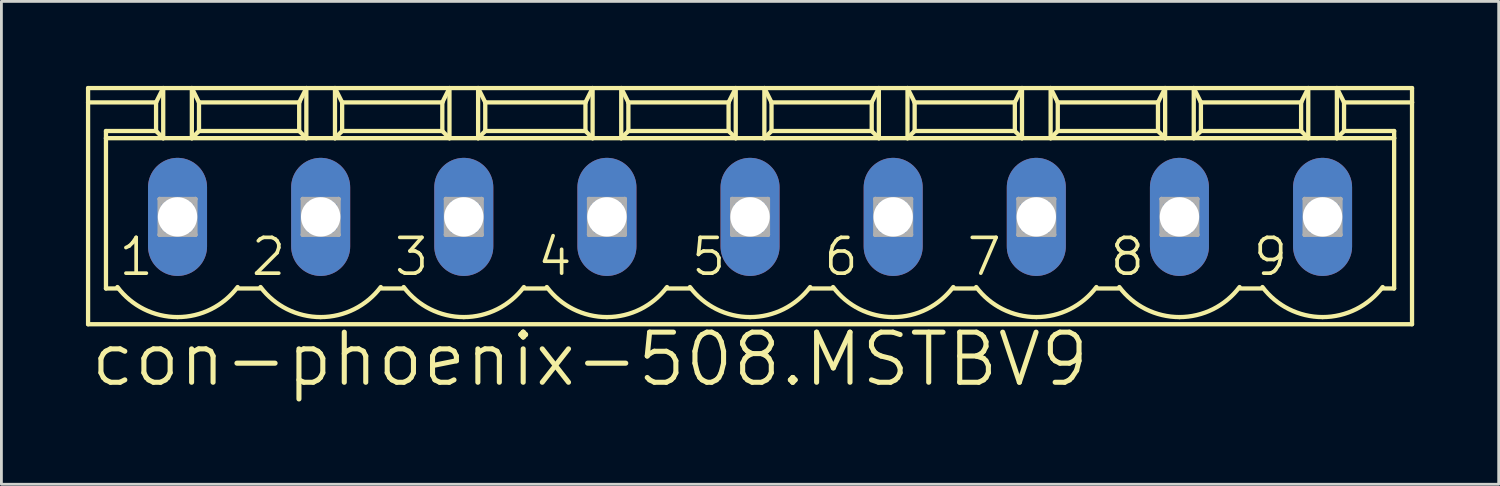
<source format=kicad_pcb>
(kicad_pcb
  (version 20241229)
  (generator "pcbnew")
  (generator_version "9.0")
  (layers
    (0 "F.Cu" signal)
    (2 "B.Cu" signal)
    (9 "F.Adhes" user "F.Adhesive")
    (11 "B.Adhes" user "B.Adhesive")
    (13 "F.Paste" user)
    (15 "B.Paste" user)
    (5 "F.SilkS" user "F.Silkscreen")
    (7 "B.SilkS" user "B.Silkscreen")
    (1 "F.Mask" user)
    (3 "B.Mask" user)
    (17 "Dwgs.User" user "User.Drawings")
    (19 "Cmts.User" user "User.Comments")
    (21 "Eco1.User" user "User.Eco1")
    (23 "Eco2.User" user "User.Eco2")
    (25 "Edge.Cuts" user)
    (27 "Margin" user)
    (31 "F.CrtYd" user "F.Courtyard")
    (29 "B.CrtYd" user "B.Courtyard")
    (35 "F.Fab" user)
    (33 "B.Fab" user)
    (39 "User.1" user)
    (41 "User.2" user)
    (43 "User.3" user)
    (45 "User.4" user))
  (footprint "con-phoenix-508.MSTBV9"
    (layer "F.Cu")
    (at 23.571 4.648)
    (property "Reference" "con-phoenix-508.MSTBV9" (at -23.495 6.096 0) (layer "F.SilkS") (effects (font (size 1.778 1.778) (thickness 0.18)) (justify left bottom)))
    (attr through_hole)
    (fp_line (start -23.495 -4.572) (end -23.495 -4.064) (stroke (width 0.152) (type default)) (layer "F.SilkS"))
    (fp_line (start -23.495 -4.572) (end -20.828 -4.572) (stroke (width 0.152) (type default)) (layer "F.SilkS"))
    (fp_line (start -23.495 -4.064) (end -23.495 3.81) (stroke (width 0.152) (type default)) (layer "F.SilkS"))
    (fp_line (start -23.495 -4.064) (end -21.082 -4.064) (stroke (width 0.152) (type default)) (layer "F.SilkS"))
    (fp_line (start -23.495 3.81) (end 23.495 3.81) (stroke (width 0.152) (type default)) (layer "F.SilkS"))
    (fp_line (start -22.86 -2.794) (end -22.86 -3.048) (stroke (width 0.152) (type default)) (layer "F.SilkS"))
    (fp_line (start -22.86 -2.794) (end -20.828 -2.794) (stroke (width 0.152) (type default)) (layer "F.SilkS"))
    (fp_line (start -22.86 2.54) (end -22.86 -2.794) (stroke (width 0.152) (type default)) (layer "F.SilkS"))
    (fp_line (start -22.86 2.54) (end -22.428 2.54) (stroke (width 0.152) (type default)) (layer "F.SilkS"))
    (fp_line (start -21.082 -4.064) (end -21.082 -3.048) (stroke (width 0.152) (type default)) (layer "F.SilkS"))
    (fp_line (start -21.082 -4.064) (end -20.828 -4.572) (stroke (width 0.152) (type default)) (layer "F.SilkS"))
    (fp_line (start -21.082 -3.048) (end -22.86 -3.048) (stroke (width 0.152) (type default)) (layer "F.SilkS"))
    (fp_line (start -21.082 -3.048) (end -20.828 -2.794) (stroke (width 0.152) (type default)) (layer "F.SilkS"))
    (fp_line (start -20.828 -4.572) (end -19.812 -4.572) (stroke (width 0.152) (type default)) (layer "F.SilkS"))
    (fp_line (start -20.828 -2.794) (end -20.828 -4.572) (stroke (width 0.152) (type default)) (layer "F.SilkS"))
    (fp_line (start -20.828 -2.794) (end -19.812 -2.794) (stroke (width 0.152) (type default)) (layer "F.SilkS"))
    (fp_line (start -19.812 -4.572) (end -19.558 -4.064) (stroke (width 0.152) (type default)) (layer "F.SilkS"))
    (fp_line (start -19.812 -4.572) (end -15.748 -4.572) (stroke (width 0.152) (type default)) (layer "F.SilkS"))
    (fp_line (start -19.812 -2.794) (end -19.812 -4.572) (stroke (width 0.152) (type default)) (layer "F.SilkS"))
    (fp_line (start -19.812 -2.794) (end -15.748 -2.794) (stroke (width 0.152) (type default)) (layer "F.SilkS"))
    (fp_line (start -19.558 -4.064) (end -19.558 -3.048) (stroke (width 0.152) (type default)) (layer "F.SilkS"))
    (fp_line (start -19.558 -4.064) (end -16.002 -4.064) (stroke (width 0.152) (type default)) (layer "F.SilkS"))
    (fp_line (start -19.558 -3.048) (end -19.812 -2.794) (stroke (width 0.152) (type default)) (layer "F.SilkS"))
    (fp_line (start -18.161 2.54) (end -17.399 2.54) (stroke (width 0.152) (type default)) (layer "F.SilkS"))
    (fp_line (start -16.002 -4.064) (end -16.002 -3.048) (stroke (width 0.152) (type default)) (layer "F.SilkS"))
    (fp_line (start -16.002 -4.064) (end -15.748 -4.572) (stroke (width 0.152) (type default)) (layer "F.SilkS"))
    (fp_line (start -16.002 -3.048) (end -19.558 -3.048) (stroke (width 0.152) (type default)) (layer "F.SilkS"))
    (fp_line (start -16.002 -3.048) (end -15.748 -2.794) (stroke (width 0.152) (type default)) (layer "F.SilkS"))
    (fp_line (start -15.748 -4.572) (end -14.732 -4.572) (stroke (width 0.152) (type default)) (layer "F.SilkS"))
    (fp_line (start -15.748 -2.794) (end -15.748 -4.572) (stroke (width 0.152) (type default)) (layer "F.SilkS"))
    (fp_line (start -15.748 -2.794) (end -14.732 -2.794) (stroke (width 0.152) (type default)) (layer "F.SilkS"))
    (fp_line (start -14.732 -4.572) (end -14.478 -4.064) (stroke (width 0.152) (type default)) (layer "F.SilkS"))
    (fp_line (start -14.732 -4.572) (end -10.668 -4.572) (stroke (width 0.152) (type default)) (layer "F.SilkS"))
    (fp_line (start -14.732 -2.794) (end -14.732 -4.572) (stroke (width 0.152) (type default)) (layer "F.SilkS"))
    (fp_line (start -14.732 -2.794) (end -10.668 -2.794) (stroke (width 0.152) (type default)) (layer "F.SilkS"))
    (fp_line (start -14.478 -4.064) (end -14.478 -3.048) (stroke (width 0.152) (type default)) (layer "F.SilkS"))
    (fp_line (start -14.478 -4.064) (end -10.922 -4.064) (stroke (width 0.152) (type default)) (layer "F.SilkS"))
    (fp_line (start -14.478 -3.048) (end -14.732 -2.794) (stroke (width 0.152) (type default)) (layer "F.SilkS"))
    (fp_line (start -13.081 2.54) (end -12.319 2.54) (stroke (width 0.152) (type default)) (layer "F.SilkS"))
    (fp_line (start -10.922 -4.064) (end -10.922 -3.048) (stroke (width 0.152) (type default)) (layer "F.SilkS"))
    (fp_line (start -10.922 -4.064) (end -10.668 -4.572) (stroke (width 0.152) (type default)) (layer "F.SilkS"))
    (fp_line (start -10.922 -3.048) (end -14.478 -3.048) (stroke (width 0.152) (type default)) (layer "F.SilkS"))
    (fp_line (start -10.922 -3.048) (end -10.668 -2.794) (stroke (width 0.152) (type default)) (layer "F.SilkS"))
    (fp_line (start -10.668 -4.572) (end -9.652 -4.572) (stroke (width 0.152) (type default)) (layer "F.SilkS"))
    (fp_line (start -10.668 -2.794) (end -10.668 -4.572) (stroke (width 0.152) (type default)) (layer "F.SilkS"))
    (fp_line (start -10.668 -2.794) (end -9.652 -2.794) (stroke (width 0.152) (type default)) (layer "F.SilkS"))
    (fp_line (start -9.652 -4.572) (end -9.398 -4.064) (stroke (width 0.152) (type default)) (layer "F.SilkS"))
    (fp_line (start -9.652 -4.572) (end -5.588 -4.572) (stroke (width 0.152) (type default)) (layer "F.SilkS"))
    (fp_line (start -9.652 -2.794) (end -9.652 -4.572) (stroke (width 0.152) (type default)) (layer "F.SilkS"))
    (fp_line (start -9.652 -2.794) (end -5.588 -2.794) (stroke (width 0.152) (type default)) (layer "F.SilkS"))
    (fp_line (start -9.398 -4.064) (end -9.398 -3.048) (stroke (width 0.152) (type default)) (layer "F.SilkS"))
    (fp_line (start -9.398 -4.064) (end -5.842 -4.064) (stroke (width 0.152) (type default)) (layer "F.SilkS"))
    (fp_line (start -9.398 -3.048) (end -9.652 -2.794) (stroke (width 0.152) (type default)) (layer "F.SilkS"))
    (fp_line (start -9.398 -3.048) (end -5.842 -3.048) (stroke (width 0.152) (type default)) (layer "F.SilkS"))
    (fp_line (start -8.001 2.54) (end -7.239 2.54) (stroke (width 0.152) (type default)) (layer "F.SilkS"))
    (fp_line (start -5.842 -4.064) (end -5.842 -3.048) (stroke (width 0.152) (type default)) (layer "F.SilkS"))
    (fp_line (start -5.842 -4.064) (end -5.588 -4.572) (stroke (width 0.152) (type default)) (layer "F.SilkS"))
    (fp_line (start -5.842 -3.048) (end -5.588 -2.794) (stroke (width 0.152) (type default)) (layer "F.SilkS"))
    (fp_line (start -5.588 -4.572) (end -4.572 -4.572) (stroke (width 0.152) (type default)) (layer "F.SilkS"))
    (fp_line (start -5.588 -2.794) (end -5.588 -4.572) (stroke (width 0.152) (type default)) (layer "F.SilkS"))
    (fp_line (start -5.588 -2.794) (end -4.572 -2.794) (stroke (width 0.152) (type default)) (layer "F.SilkS"))
    (fp_line (start -4.572 -4.572) (end -4.318 -4.064) (stroke (width 0.152) (type default)) (layer "F.SilkS"))
    (fp_line (start -4.572 -4.572) (end -0.508 -4.572) (stroke (width 0.152) (type default)) (layer "F.SilkS"))
    (fp_line (start -4.572 -2.794) (end -4.572 -4.572) (stroke (width 0.152) (type default)) (layer "F.SilkS"))
    (fp_line (start -4.572 -2.794) (end -0.508 -2.794) (stroke (width 0.152) (type default)) (layer "F.SilkS"))
    (fp_line (start -4.318 -4.064) (end -4.318 -3.048) (stroke (width 0.152) (type default)) (layer "F.SilkS"))
    (fp_line (start -4.318 -4.064) (end -0.762 -4.064) (stroke (width 0.152) (type default)) (layer "F.SilkS"))
    (fp_line (start -4.318 -3.048) (end -4.572 -2.794) (stroke (width 0.152) (type default)) (layer "F.SilkS"))
    (fp_line (start -2.972 2.54) (end -2.108 2.54) (stroke (width 0.152) (type default)) (layer "F.SilkS"))
    (fp_line (start -0.762 -4.064) (end -0.762 -3.048) (stroke (width 0.152) (type default)) (layer "F.SilkS"))
    (fp_line (start -0.762 -4.064) (end -0.508 -4.572) (stroke (width 0.152) (type default)) (layer "F.SilkS"))
    (fp_line (start -0.762 -3.048) (end -4.318 -3.048) (stroke (width 0.152) (type default)) (layer "F.SilkS"))
    (fp_line (start -0.762 -3.048) (end -0.508 -2.794) (stroke (width 0.152) (type default)) (layer "F.SilkS"))
    (fp_line (start -0.508 -4.572) (end 0.508 -4.572) (stroke (width 0.152) (type default)) (layer "F.SilkS"))
    (fp_line (start -0.508 -2.794) (end -0.508 -4.572) (stroke (width 0.152) (type default)) (layer "F.SilkS"))
    (fp_line (start -0.508 -2.794) (end 0.508 -2.794) (stroke (width 0.152) (type default)) (layer "F.SilkS"))
    (fp_line (start 0.508 -4.572) (end 0.762 -4.064) (stroke (width 0.152) (type default)) (layer "F.SilkS"))
    (fp_line (start 0.508 -4.572) (end 4.572 -4.572) (stroke (width 0.152) (type default)) (layer "F.SilkS"))
    (fp_line (start 0.508 -2.794) (end 0.508 -4.572) (stroke (width 0.152) (type default)) (layer "F.SilkS"))
    (fp_line (start 0.508 -2.794) (end 4.572 -2.794) (stroke (width 0.152) (type default)) (layer "F.SilkS"))
    (fp_line (start 0.762 -4.064) (end 0.762 -3.048) (stroke (width 0.152) (type default)) (layer "F.SilkS"))
    (fp_line (start 0.762 -4.064) (end 4.318 -4.064) (stroke (width 0.152) (type default)) (layer "F.SilkS"))
    (fp_line (start 0.762 -3.048) (end 0.508 -2.794) (stroke (width 0.152) (type default)) (layer "F.SilkS"))
    (fp_line (start 2.159 2.54) (end 2.921 2.54) (stroke (width 0.152) (type default)) (layer "F.SilkS"))
    (fp_line (start 4.318 -4.064) (end 4.318 -3.048) (stroke (width 0.152) (type default)) (layer "F.SilkS"))
    (fp_line (start 4.318 -4.064) (end 4.572 -4.572) (stroke (width 0.152) (type default)) (layer "F.SilkS"))
    (fp_line (start 4.318 -3.048) (end 0.762 -3.048) (stroke (width 0.152) (type default)) (layer "F.SilkS"))
    (fp_line (start 4.318 -3.048) (end 4.572 -2.794) (stroke (width 0.152) (type default)) (layer "F.SilkS"))
    (fp_line (start 4.572 -4.572) (end 5.588 -4.572) (stroke (width 0.152) (type default)) (layer "F.SilkS"))
    (fp_line (start 4.572 -2.794) (end 4.572 -4.572) (stroke (width 0.152) (type default)) (layer "F.SilkS"))
    (fp_line (start 4.572 -2.794) (end 5.588 -2.794) (stroke (width 0.152) (type default)) (layer "F.SilkS"))
    (fp_line (start 5.588 -4.572) (end 5.842 -4.064) (stroke (width 0.152) (type default)) (layer "F.SilkS"))
    (fp_line (start 5.588 -4.572) (end 9.652 -4.572) (stroke (width 0.152) (type default)) (layer "F.SilkS"))
    (fp_line (start 5.588 -2.794) (end 5.588 -4.572) (stroke (width 0.152) (type default)) (layer "F.SilkS"))
    (fp_line (start 5.588 -2.794) (end 9.652 -2.794) (stroke (width 0.152) (type default)) (layer "F.SilkS"))
    (fp_line (start 5.842 -4.064) (end 5.842 -3.048) (stroke (width 0.152) (type default)) (layer "F.SilkS"))
    (fp_line (start 5.842 -4.064) (end 9.398 -4.064) (stroke (width 0.152) (type default)) (layer "F.SilkS"))
    (fp_line (start 5.842 -3.048) (end 5.588 -2.794) (stroke (width 0.152) (type default)) (layer "F.SilkS"))
    (fp_line (start 7.239 2.54) (end 8.001 2.54) (stroke (width 0.152) (type default)) (layer "F.SilkS"))
    (fp_line (start 9.398 -4.064) (end 9.398 -3.048) (stroke (width 0.152) (type default)) (layer "F.SilkS"))
    (fp_line (start 9.398 -4.064) (end 9.652 -4.572) (stroke (width 0.152) (type default)) (layer "F.SilkS"))
    (fp_line (start 9.398 -3.048) (end 5.842 -3.048) (stroke (width 0.152) (type default)) (layer "F.SilkS"))
    (fp_line (start 9.398 -3.048) (end 9.652 -2.794) (stroke (width 0.152) (type default)) (layer "F.SilkS"))
    (fp_line (start 9.652 -4.572) (end 10.668 -4.572) (stroke (width 0.152) (type default)) (layer "F.SilkS"))
    (fp_line (start 9.652 -2.794) (end 9.652 -4.572) (stroke (width 0.152) (type default)) (layer "F.SilkS"))
    (fp_line (start 9.652 -2.794) (end 10.668 -2.794) (stroke (width 0.152) (type default)) (layer "F.SilkS"))
    (fp_line (start 10.668 -4.572) (end 10.922 -4.064) (stroke (width 0.152) (type default)) (layer "F.SilkS"))
    (fp_line (start 10.668 -4.572) (end 14.732 -4.572) (stroke (width 0.152) (type default)) (layer "F.SilkS"))
    (fp_line (start 10.668 -2.794) (end 10.668 -4.572) (stroke (width 0.152) (type default)) (layer "F.SilkS"))
    (fp_line (start 10.668 -2.794) (end 14.732 -2.794) (stroke (width 0.152) (type default)) (layer "F.SilkS"))
    (fp_line (start 10.922 -4.064) (end 10.922 -3.048) (stroke (width 0.152) (type default)) (layer "F.SilkS"))
    (fp_line (start 10.922 -4.064) (end 14.478 -4.064) (stroke (width 0.152) (type default)) (layer "F.SilkS"))
    (fp_line (start 10.922 -3.048) (end 10.668 -2.794) (stroke (width 0.152) (type default)) (layer "F.SilkS"))
    (fp_line (start 10.922 -3.048) (end 14.478 -3.048) (stroke (width 0.152) (type default)) (layer "F.SilkS"))
    (fp_line (start 12.319 2.54) (end 13.081 2.54) (stroke (width 0.152) (type default)) (layer "F.SilkS"))
    (fp_line (start 14.478 -4.064) (end 14.478 -3.048) (stroke (width 0.152) (type default)) (layer "F.SilkS"))
    (fp_line (start 14.478 -4.064) (end 14.732 -4.572) (stroke (width 0.152) (type default)) (layer "F.SilkS"))
    (fp_line (start 14.478 -3.048) (end 14.732 -2.794) (stroke (width 0.152) (type default)) (layer "F.SilkS"))
    (fp_line (start 14.732 -4.572) (end 15.748 -4.572) (stroke (width 0.152) (type default)) (layer "F.SilkS"))
    (fp_line (start 14.732 -2.794) (end 14.732 -4.572) (stroke (width 0.152) (type default)) (layer "F.SilkS"))
    (fp_line (start 14.732 -2.794) (end 15.748 -2.794) (stroke (width 0.152) (type default)) (layer "F.SilkS"))
    (fp_line (start 15.748 -4.572) (end 16.002 -4.064) (stroke (width 0.152) (type default)) (layer "F.SilkS"))
    (fp_line (start 15.748 -4.572) (end 19.812 -4.572) (stroke (width 0.152) (type default)) (layer "F.SilkS"))
    (fp_line (start 15.748 -2.794) (end 15.748 -4.572) (stroke (width 0.152) (type default)) (layer "F.SilkS"))
    (fp_line (start 15.748 -2.794) (end 19.812 -2.794) (stroke (width 0.152) (type default)) (layer "F.SilkS"))
    (fp_line (start 16.002 -4.064) (end 16.002 -3.048) (stroke (width 0.152) (type default)) (layer "F.SilkS"))
    (fp_line (start 16.002 -4.064) (end 19.558 -4.064) (stroke (width 0.152) (type default)) (layer "F.SilkS"))
    (fp_line (start 16.002 -3.048) (end 15.748 -2.794) (stroke (width 0.152) (type default)) (layer "F.SilkS"))
    (fp_line (start 16.002 -3.048) (end 19.558 -3.048) (stroke (width 0.152) (type default)) (layer "F.SilkS"))
    (fp_line (start 17.399 2.54) (end 18.161 2.54) (stroke (width 0.152) (type default)) (layer "F.SilkS"))
    (fp_line (start 19.558 -4.064) (end 19.558 -3.048) (stroke (width 0.152) (type default)) (layer "F.SilkS"))
    (fp_line (start 19.558 -4.064) (end 19.812 -4.572) (stroke (width 0.152) (type default)) (layer "F.SilkS"))
    (fp_line (start 19.558 -3.048) (end 19.812 -2.794) (stroke (width 0.152) (type default)) (layer "F.SilkS"))
    (fp_line (start 19.812 -4.572) (end 20.828 -4.572) (stroke (width 0.152) (type default)) (layer "F.SilkS"))
    (fp_line (start 19.812 -2.794) (end 19.812 -4.572) (stroke (width 0.152) (type default)) (layer "F.SilkS"))
    (fp_line (start 19.812 -2.794) (end 20.828 -2.794) (stroke (width 0.152) (type default)) (layer "F.SilkS"))
    (fp_line (start 20.828 -4.572) (end 21.082 -4.064) (stroke (width 0.152) (type default)) (layer "F.SilkS"))
    (fp_line (start 20.828 -4.572) (end 23.495 -4.572) (stroke (width 0.152) (type default)) (layer "F.SilkS"))
    (fp_line (start 20.828 -2.794) (end 20.828 -4.572) (stroke (width 0.152) (type default)) (layer "F.SilkS"))
    (fp_line (start 20.828 -2.794) (end 22.86 -2.794) (stroke (width 0.152) (type default)) (layer "F.SilkS"))
    (fp_line (start 21.082 -4.064) (end 21.082 -3.048) (stroke (width 0.152) (type default)) (layer "F.SilkS"))
    (fp_line (start 21.082 -4.064) (end 23.495 -4.064) (stroke (width 0.152) (type default)) (layer "F.SilkS"))
    (fp_line (start 21.082 -3.048) (end 20.828 -2.794) (stroke (width 0.152) (type default)) (layer "F.SilkS"))
    (fp_line (start 21.082 -3.048) (end 22.86 -3.048) (stroke (width 0.152) (type default)) (layer "F.SilkS"))
    (fp_line (start 22.428 2.54) (end 22.86 2.54) (stroke (width 0.152) (type default)) (layer "F.SilkS"))
    (fp_line (start 22.86 -3.048) (end 22.86 -2.794) (stroke (width 0.152) (type default)) (layer "F.SilkS"))
    (fp_line (start 22.86 -2.794) (end 22.86 2.54) (stroke (width 0.152) (type default)) (layer "F.SilkS"))
    (fp_line (start 23.495 -4.064) (end 23.495 -4.572) (stroke (width 0.152) (type default)) (layer "F.SilkS"))
    (fp_line (start 23.495 3.81) (end 23.495 -4.064) (stroke (width 0.152) (type default)) (layer "F.SilkS"))
    (fp_arc (start -20.32 3.556) (mid -21.512719 3.274437) (end -22.4536 2.4892) (stroke (width 0.1524) (type default)) (layer "F.SilkS"))
    (fp_arc (start -18.1864 2.4892) (mid -19.127281 3.274437) (end -20.32 3.556) (stroke (width 0.1524) (type default)) (layer "F.SilkS"))
    (fp_arc (start -15.24 3.556) (mid -16.432719 3.274437) (end -17.3736 2.4892) (stroke (width 0.1524) (type default)) (layer "F.SilkS"))
    (fp_arc (start -13.1064 2.4892) (mid -14.047281 3.274437) (end -15.24 3.556) (stroke (width 0.1524) (type default)) (layer "F.SilkS"))
    (fp_arc (start -10.16 3.556) (mid -11.352719 3.274437) (end -12.2936 2.4892) (stroke (width 0.1524) (type default)) (layer "F.SilkS"))
    (fp_arc (start -8.0264 2.4892) (mid -8.967281 3.274437) (end -10.16 3.556) (stroke (width 0.1524) (type default)) (layer "F.SilkS"))
    (fp_arc (start -5.08 3.556) (mid -6.272719 3.274437) (end -7.2136 2.4892) (stroke (width 0.1524) (type default)) (layer "F.SilkS"))
    (fp_arc (start -2.9464 2.4892) (mid -3.887281 3.274437) (end -5.08 3.556) (stroke (width 0.1524) (type default)) (layer "F.SilkS"))
    (fp_arc (start 0 3.556) (mid -1.192719 3.274437) (end -2.1336 2.4892) (stroke (width 0.1524) (type default)) (layer "F.SilkS"))
    (fp_arc (start 2.1336 2.4892) (mid 1.192719 3.274437) (end 0 3.556) (stroke (width 0.1524) (type default)) (layer "F.SilkS"))
    (fp_arc (start 5.08 3.556) (mid 3.887281 3.274437) (end 2.9464 2.4892) (stroke (width 0.1524) (type default)) (layer "F.SilkS"))
    (fp_arc (start 7.2136 2.4892) (mid 6.272719 3.274437) (end 5.08 3.556) (stroke (width 0.1524) (type default)) (layer "F.SilkS"))
    (fp_arc (start 10.16 3.556) (mid 8.967281 3.274437) (end 8.0264 2.4892) (stroke (width 0.1524) (type default)) (layer "F.SilkS"))
    (fp_arc (start 12.2936 2.4892) (mid 11.352719 3.274437) (end 10.16 3.556) (stroke (width 0.1524) (type default)) (layer "F.SilkS"))
    (fp_arc (start 15.24 3.556) (mid 14.047281 3.274437) (end 13.1064 2.4892) (stroke (width 0.1524) (type default)) (layer "F.SilkS"))
    (fp_arc (start 17.3736 2.4892) (mid 16.432719 3.274437) (end 15.24 3.556) (stroke (width 0.1524) (type default)) (layer "F.SilkS"))
    (fp_arc (start 20.32 3.556) (mid 19.127281 3.274437) (end 18.1864 2.4892) (stroke (width 0.1524) (type default)) (layer "F.SilkS"))
    (fp_arc (start 22.4536 2.4892) (mid 21.512719 3.274437) (end 20.32 3.556) (stroke (width 0.1524) (type default)) (layer "F.SilkS"))
    (fp_line (start -20.955 -0.635) (end -20.955 0.635) (stroke (width 0.152) (type default)) (layer "F.Fab"))
    (fp_line (start -20.955 -0.635) (end -19.685 0.635) (stroke (width 0.152) (type default)) (layer "F.Fab"))
    (fp_line (start -20.955 0.635) (end -19.685 -0.635) (stroke (width 0.152) (type default)) (layer "F.Fab"))
    (fp_line (start -20.955 0.635) (end -19.685 0.635) (stroke (width 0.152) (type default)) (layer "F.Fab"))
    (fp_line (start -19.685 -0.635) (end -20.955 -0.635) (stroke (width 0.152) (type default)) (layer "F.Fab"))
    (fp_line (start -19.685 0.635) (end -19.685 -0.635) (stroke (width 0.152) (type default)) (layer "F.Fab"))
    (fp_line (start -15.875 -0.635) (end -15.875 0.635) (stroke (width 0.152) (type default)) (layer "F.Fab"))
    (fp_line (start -15.875 -0.635) (end -14.605 0.635) (stroke (width 0.152) (type default)) (layer "F.Fab"))
    (fp_line (start -15.875 0.635) (end -14.605 -0.635) (stroke (width 0.152) (type default)) (layer "F.Fab"))
    (fp_line (start -15.875 0.635) (end -14.605 0.635) (stroke (width 0.152) (type default)) (layer "F.Fab"))
    (fp_line (start -14.605 -0.635) (end -15.875 -0.635) (stroke (width 0.152) (type default)) (layer "F.Fab"))
    (fp_line (start -14.605 0.635) (end -14.605 -0.635) (stroke (width 0.152) (type default)) (layer "F.Fab"))
    (fp_line (start -10.795 -0.635) (end -10.795 0.635) (stroke (width 0.152) (type default)) (layer "F.Fab"))
    (fp_line (start -10.795 -0.635) (end -9.525 0.635) (stroke (width 0.152) (type default)) (layer "F.Fab"))
    (fp_line (start -10.795 0.635) (end -9.525 -0.635) (stroke (width 0.152) (type default)) (layer "F.Fab"))
    (fp_line (start -10.795 0.635) (end -9.525 0.635) (stroke (width 0.152) (type default)) (layer "F.Fab"))
    (fp_line (start -9.525 -0.635) (end -10.795 -0.635) (stroke (width 0.152) (type default)) (layer "F.Fab"))
    (fp_line (start -9.525 0.635) (end -9.525 -0.635) (stroke (width 0.152) (type default)) (layer "F.Fab"))
    (fp_line (start -5.715 -0.635) (end -5.715 0.635) (stroke (width 0.152) (type default)) (layer "F.Fab"))
    (fp_line (start -5.715 -0.635) (end -4.445 0.635) (stroke (width 0.152) (type default)) (layer "F.Fab"))
    (fp_line (start -5.715 0.635) (end -4.445 -0.635) (stroke (width 0.152) (type default)) (layer "F.Fab"))
    (fp_line (start -5.715 0.635) (end -4.445 0.635) (stroke (width 0.152) (type default)) (layer "F.Fab"))
    (fp_line (start -4.445 -0.635) (end -5.715 -0.635) (stroke (width 0.152) (type default)) (layer "F.Fab"))
    (fp_line (start -4.445 0.635) (end -4.445 -0.635) (stroke (width 0.152) (type default)) (layer "F.Fab"))
    (fp_line (start -0.635 -0.635) (end -0.635 0.635) (stroke (width 0.152) (type default)) (layer "F.Fab"))
    (fp_line (start -0.635 -0.635) (end 0.635 0.635) (stroke (width 0.152) (type default)) (layer "F.Fab"))
    (fp_line (start -0.635 0.635) (end 0.635 -0.635) (stroke (width 0.152) (type default)) (layer "F.Fab"))
    (fp_line (start -0.635 0.635) (end 0.635 0.635) (stroke (width 0.152) (type default)) (layer "F.Fab"))
    (fp_line (start 0.635 -0.635) (end -0.635 -0.635) (stroke (width 0.152) (type default)) (layer "F.Fab"))
    (fp_line (start 0.635 0.635) (end 0.635 -0.635) (stroke (width 0.152) (type default)) (layer "F.Fab"))
    (fp_line (start 4.445 -0.635) (end 4.445 0.635) (stroke (width 0.152) (type default)) (layer "F.Fab"))
    (fp_line (start 4.445 -0.635) (end 5.715 0.635) (stroke (width 0.152) (type default)) (layer "F.Fab"))
    (fp_line (start 4.445 0.635) (end 5.715 -0.635) (stroke (width 0.152) (type default)) (layer "F.Fab"))
    (fp_line (start 4.445 0.635) (end 5.715 0.635) (stroke (width 0.152) (type default)) (layer "F.Fab"))
    (fp_line (start 5.715 -0.635) (end 4.445 -0.635) (stroke (width 0.152) (type default)) (layer "F.Fab"))
    (fp_line (start 5.715 0.635) (end 5.715 -0.635) (stroke (width 0.152) (type default)) (layer "F.Fab"))
    (fp_line (start 9.525 -0.635) (end 9.525 0.635) (stroke (width 0.152) (type default)) (layer "F.Fab"))
    (fp_line (start 9.525 -0.635) (end 10.795 0.635) (stroke (width 0.152) (type default)) (layer "F.Fab"))
    (fp_line (start 9.525 0.635) (end 10.795 -0.635) (stroke (width 0.152) (type default)) (layer "F.Fab"))
    (fp_line (start 9.525 0.635) (end 10.795 0.635) (stroke (width 0.152) (type default)) (layer "F.Fab"))
    (fp_line (start 10.795 -0.635) (end 9.525 -0.635) (stroke (width 0.152) (type default)) (layer "F.Fab"))
    (fp_line (start 10.795 0.635) (end 10.795 -0.635) (stroke (width 0.152) (type default)) (layer "F.Fab"))
    (fp_line (start 14.605 -0.635) (end 14.605 0.635) (stroke (width 0.152) (type default)) (layer "F.Fab"))
    (fp_line (start 14.605 -0.635) (end 15.875 0.635) (stroke (width 0.152) (type default)) (layer "F.Fab"))
    (fp_line (start 14.605 0.635) (end 15.875 -0.635) (stroke (width 0.152) (type default)) (layer "F.Fab"))
    (fp_line (start 14.605 0.635) (end 15.875 0.635) (stroke (width 0.152) (type default)) (layer "F.Fab"))
    (fp_line (start 15.875 -0.635) (end 14.605 -0.635) (stroke (width 0.152) (type default)) (layer "F.Fab"))
    (fp_line (start 15.875 0.635) (end 15.875 -0.635) (stroke (width 0.152) (type default)) (layer "F.Fab"))
    (fp_line (start 19.685 -0.635) (end 19.685 0.635) (stroke (width 0.152) (type default)) (layer "F.Fab"))
    (fp_line (start 19.685 -0.635) (end 20.955 0.635) (stroke (width 0.152) (type default)) (layer "F.Fab"))
    (fp_line (start 19.685 0.635) (end 20.955 -0.635) (stroke (width 0.152) (type default)) (layer "F.Fab"))
    (fp_line (start 19.685 0.635) (end 20.955 0.635) (stroke (width 0.152) (type default)) (layer "F.Fab"))
    (fp_line (start 20.955 -0.635) (end 19.685 -0.635) (stroke (width 0.152) (type default)) (layer "F.Fab"))
    (fp_line (start 20.955 0.635) (end 20.955 -0.635) (stroke (width 0.152) (type default)) (layer "F.Fab"))
    (fp_text user "1" (at -22.479 2.159 0) (layer "F.SilkS") (effects (font (size 1.27 1.27) (thickness 0.13)) (justify left bottom)))
    (fp_text user "8" (at 12.7 2.159 0) (layer "F.SilkS") (effects (font (size 1.27 1.27) (thickness 0.13)) (justify left bottom)))
    (fp_text user "5" (at -2.159 2.159 0) (layer "F.SilkS") (effects (font (size 1.27 1.27) (thickness 0.13)) (justify left bottom)))
    (fp_text user "4" (at -7.62 2.159 0) (layer "F.SilkS") (effects (font (size 1.27 1.27) (thickness 0.13)) (justify left bottom)))
    (fp_text user "3" (at -12.7 2.159 0) (layer "F.SilkS") (effects (font (size 1.27 1.27) (thickness 0.13)) (justify left bottom)))
    (fp_text user "2" (at -17.78 2.159 0) (layer "F.SilkS") (effects (font (size 1.27 1.27) (thickness 0.13)) (justify left bottom)))
    (fp_text user "6" (at 2.54 2.159 0) (layer "F.SilkS") (effects (font (size 1.27 1.27) (thickness 0.13)) (justify left bottom)))
    (fp_text user "9" (at 17.78 2.159 0) (layer "F.SilkS") (effects (font (size 1.27 1.27) (thickness 0.13)) (justify left bottom)))
    (fp_text user "7" (at 7.62 2.159 0) (layer "F.SilkS") (effects (font (size 1.27 1.27) (thickness 0.13)) (justify left bottom)))
    (pad "1" thru_hole oval (at -20.32 0 90) (size 4.191 2.095) (drill 1.397) (layers "*.Cu" "*.Mask"))
    (pad "2" thru_hole oval (at -15.24 0 90) (size 4.191 2.095) (drill 1.397) (layers "*.Cu" "*.Mask"))
    (pad "3" thru_hole oval (at -10.16 0 90) (size 4.191 2.095) (drill 1.397) (layers "*.Cu" "*.Mask"))
    (pad "4" thru_hole oval (at -5.08 0 90) (size 4.191 2.095) (drill 1.397) (layers "*.Cu" "*.Mask"))
    (pad "5" thru_hole oval (at 0 0 90) (size 4.191 2.095) (drill 1.397) (layers "*.Cu" "*.Mask"))
    (pad "6" thru_hole oval (at 5.08 0 90) (size 4.191 2.095) (drill 1.397) (layers "*.Cu" "*.Mask"))
    (pad "7" thru_hole oval (at 10.16 0 90) (size 4.191 2.095) (drill 1.397) (layers "*.Cu" "*.Mask"))
    (pad "8" thru_hole oval (at 15.24 0 90) (size 4.191 2.095) (drill 1.397) (layers "*.Cu" "*.Mask"))
    (pad "9" thru_hole oval (at 20.32 0 90) (size 4.191 2.095) (drill 1.397) (layers "*.Cu" "*.Mask")))
  (gr_rect
    (start -3 -3)
    (end 50.142 14.138)
    (stroke (width 0.1) (type default))
    (fill no)
    (layer "Edge.Cuts")))
</source>
